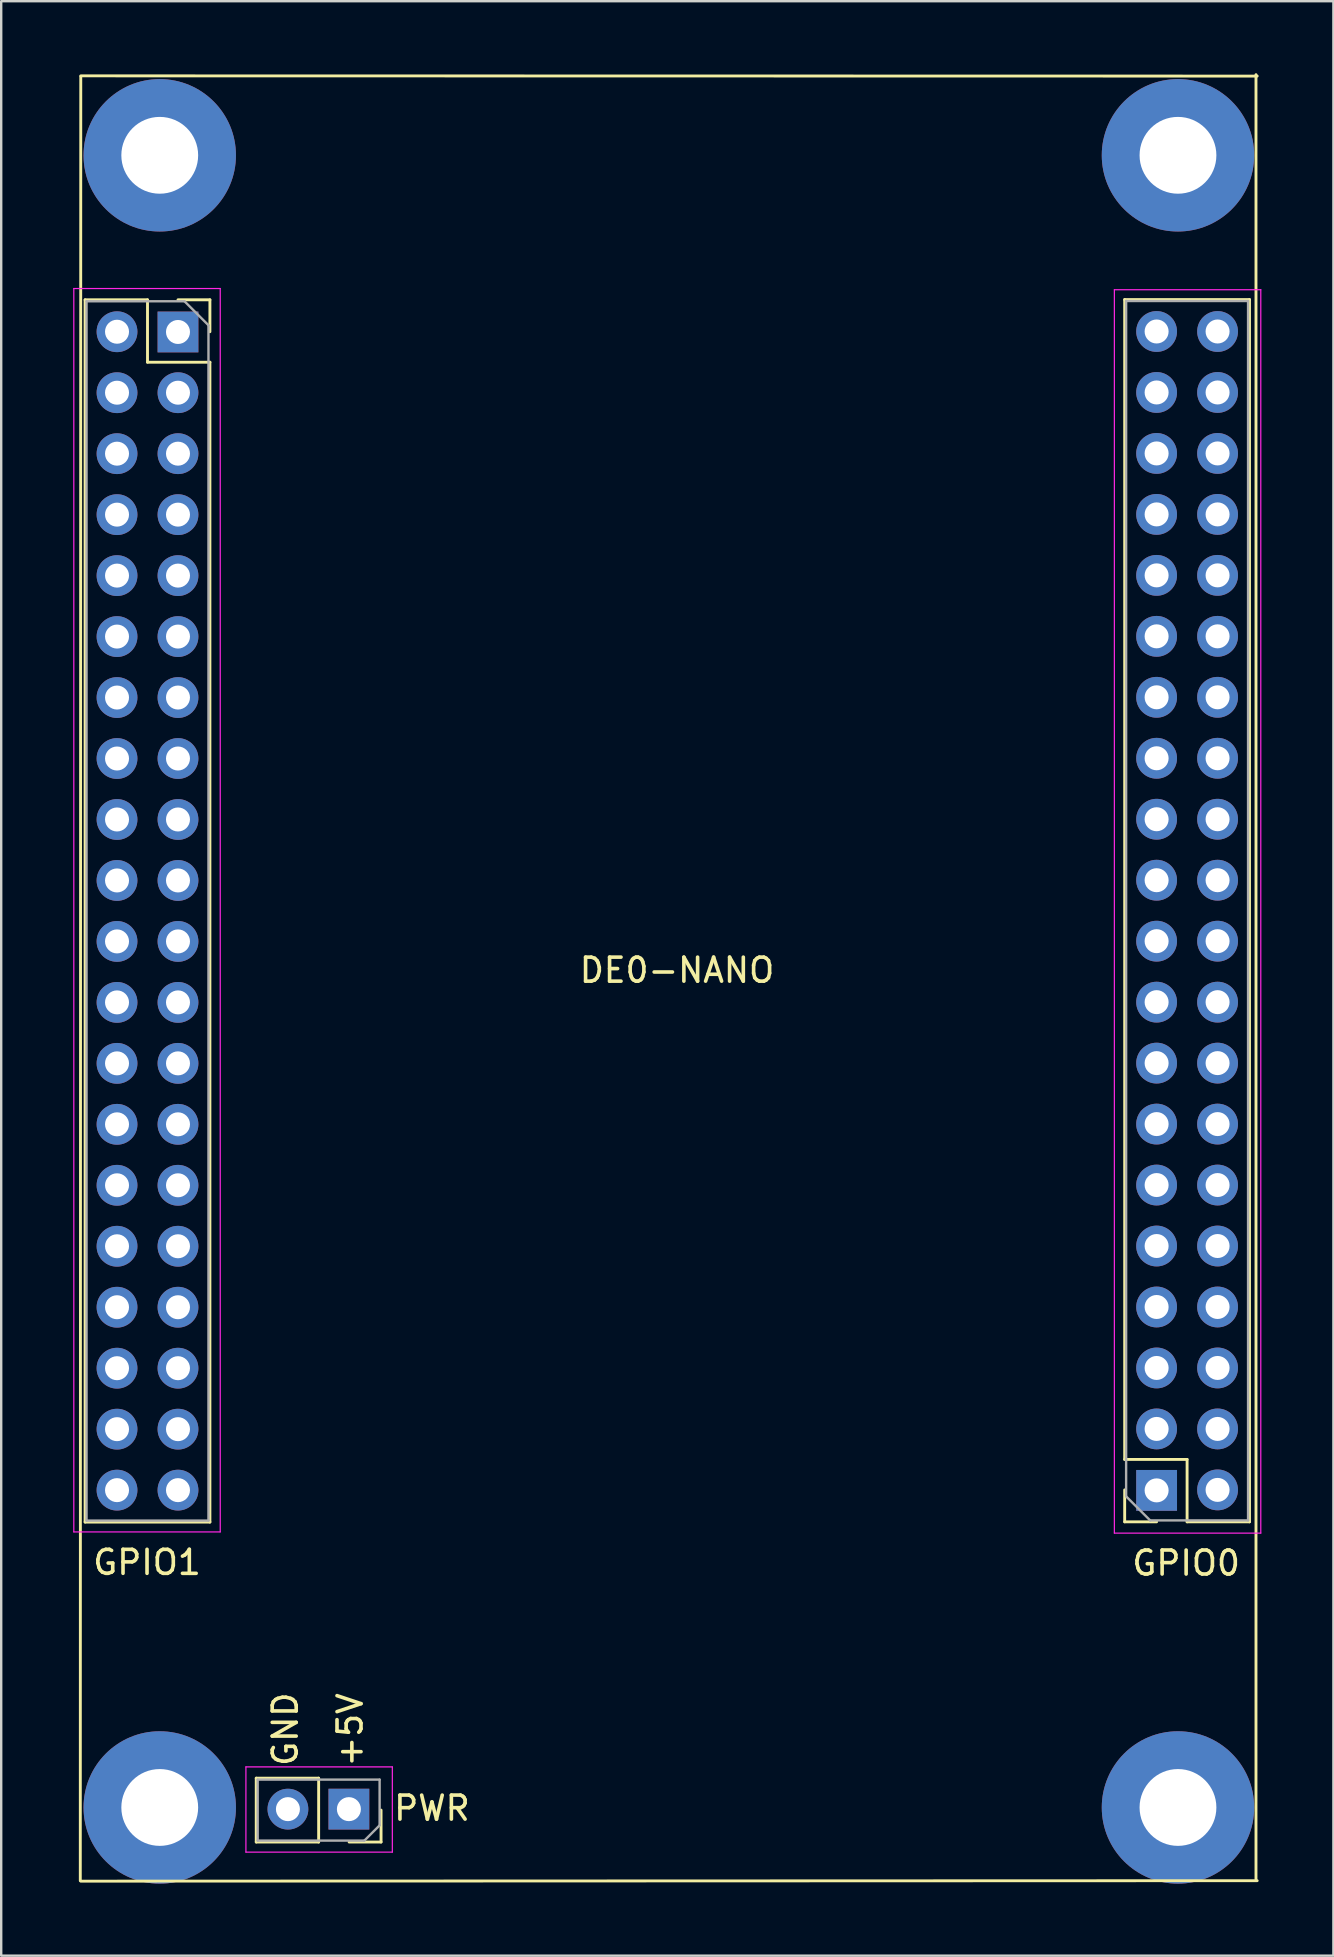
<source format=kicad_pcb>
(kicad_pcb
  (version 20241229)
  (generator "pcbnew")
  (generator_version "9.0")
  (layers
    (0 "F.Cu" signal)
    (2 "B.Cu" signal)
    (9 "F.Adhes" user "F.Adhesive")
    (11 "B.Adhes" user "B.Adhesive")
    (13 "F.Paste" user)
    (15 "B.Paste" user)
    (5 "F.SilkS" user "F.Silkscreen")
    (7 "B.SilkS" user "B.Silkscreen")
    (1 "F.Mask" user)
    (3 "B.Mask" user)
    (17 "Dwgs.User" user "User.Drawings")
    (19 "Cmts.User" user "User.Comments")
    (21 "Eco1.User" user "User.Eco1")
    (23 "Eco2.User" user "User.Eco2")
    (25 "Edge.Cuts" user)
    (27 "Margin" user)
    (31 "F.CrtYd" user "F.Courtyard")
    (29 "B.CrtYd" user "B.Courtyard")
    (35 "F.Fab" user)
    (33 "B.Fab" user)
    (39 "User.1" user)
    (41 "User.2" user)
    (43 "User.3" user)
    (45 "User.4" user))
  (footprint "DE0-NANO"
    (layer "F.Cu")
    (at 21.385 30.85)
    (property "Reference" "DE0-NANO" (at 3.77 6.52 0) (layer "F.SilkS") (effects (font (size 1 1) (thickness 0.15))))
    (attr through_hole)
    (fp_line (start -21.07 -30.71) (end -21.09 44.45) (stroke (width 0.12) (type solid)) (layer "F.SilkS"))
    (fp_line (start -21.07 44.47) (end 27.94 44.45) (stroke (width 0.12) (type solid)) (layer "F.SilkS"))
    (fp_line (start -20.89 -21.41) (end -20.89 29.51) (stroke (width 0.12) (type solid)) (layer "F.SilkS"))
    (fp_line (start -20.89 -21.41) (end -18.29 -21.41) (stroke (width 0.12) (type solid)) (layer "F.SilkS"))
    (fp_line (start -20.89 29.51) (end -15.69 29.51) (stroke (width 0.12) (type solid)) (layer "F.SilkS"))
    (fp_line (start -18.29 -21.41) (end -18.29 -18.81) (stroke (width 0.12) (type solid)) (layer "F.SilkS"))
    (fp_line (start -18.29 -18.81) (end -15.69 -18.81) (stroke (width 0.12) (type solid)) (layer "F.SilkS"))
    (fp_line (start -17.02 -21.41) (end -15.69 -21.41) (stroke (width 0.12) (type solid)) (layer "F.SilkS"))
    (fp_line (start -15.69 -21.41) (end -15.69 -20.08) (stroke (width 0.12) (type solid)) (layer "F.SilkS"))
    (fp_line (start -15.69 -18.81) (end -15.69 29.51) (stroke (width 0.12) (type solid)) (layer "F.SilkS"))
    (fp_line (start -13.76 40.18) (end -13.76 42.84) (stroke (width 0.12) (type solid)) (layer "F.SilkS"))
    (fp_line (start -11.16 40.18) (end -13.76 40.18) (stroke (width 0.12) (type solid)) (layer "F.SilkS"))
    (fp_line (start -11.16 40.18) (end -11.16 42.84) (stroke (width 0.12) (type solid)) (layer "F.SilkS"))
    (fp_line (start -11.16 42.84) (end -13.76 42.84) (stroke (width 0.12) (type solid)) (layer "F.SilkS"))
    (fp_line (start -8.56 41.51) (end -8.56 42.84) (stroke (width 0.12) (type solid)) (layer "F.SilkS"))
    (fp_line (start -8.56 42.84) (end -9.89 42.84) (stroke (width 0.12) (type solid)) (layer "F.SilkS"))
    (fp_line (start 22.42 26.9) (end 22.42 -21.42) (stroke (width 0.12) (type solid)) (layer "F.SilkS"))
    (fp_line (start 22.42 29.5) (end 22.42 28.17) (stroke (width 0.12) (type solid)) (layer "F.SilkS"))
    (fp_line (start 23.75 29.5) (end 22.42 29.5) (stroke (width 0.12) (type solid)) (layer "F.SilkS"))
    (fp_line (start 25.02 26.9) (end 22.42 26.9) (stroke (width 0.12) (type solid)) (layer "F.SilkS"))
    (fp_line (start 25.02 29.5) (end 25.02 26.9) (stroke (width 0.12) (type solid)) (layer "F.SilkS"))
    (fp_line (start 27.62 -21.42) (end 22.42 -21.42) (stroke (width 0.12) (type solid)) (layer "F.SilkS"))
    (fp_line (start 27.62 29.5) (end 25.02 29.5) (stroke (width 0.12) (type solid)) (layer "F.SilkS"))
    (fp_line (start 27.62 29.5) (end 27.62 -21.42) (stroke (width 0.12) (type solid)) (layer "F.SilkS"))
    (fp_line (start 27.89 44.39) (end 27.89 -30.79) (stroke (width 0.12) (type solid)) (layer "F.SilkS"))
    (fp_line (start 27.94 -30.73) (end -21.07 -30.74) (stroke (width 0.12) (type solid)) (layer "F.SilkS"))
    (fp_line (start -21.36 -21.88) (end -15.26 -21.88) (stroke (width 0.05) (type solid)) (layer "F.CrtYd"))
    (fp_line (start -21.36 29.92) (end -21.36 -21.88) (stroke (width 0.05) (type solid)) (layer "F.CrtYd"))
    (fp_line (start -15.26 -21.88) (end -15.26 29.92) (stroke (width 0.05) (type solid)) (layer "F.CrtYd"))
    (fp_line (start -15.26 29.92) (end -21.36 29.92) (stroke (width 0.05) (type solid)) (layer "F.CrtYd"))
    (fp_line (start -14.19 39.71) (end -8.09 39.71) (stroke (width 0.05) (type solid)) (layer "F.CrtYd"))
    (fp_line (start -14.19 43.26) (end -14.19 39.71) (stroke (width 0.05) (type solid)) (layer "F.CrtYd"))
    (fp_line (start -8.09 39.71) (end -8.09 43.26) (stroke (width 0.05) (type solid)) (layer "F.CrtYd"))
    (fp_line (start -8.09 43.26) (end -14.19 43.26) (stroke (width 0.05) (type solid)) (layer "F.CrtYd"))
    (fp_line (start 21.99 -21.83) (end 28.09 -21.83) (stroke (width 0.05) (type solid)) (layer "F.CrtYd"))
    (fp_line (start 21.99 29.97) (end 21.99 -21.83) (stroke (width 0.05) (type solid)) (layer "F.CrtYd"))
    (fp_line (start 28.09 -21.83) (end 28.09 29.97) (stroke (width 0.05) (type solid)) (layer "F.CrtYd"))
    (fp_line (start 28.09 29.97) (end 21.99 29.97) (stroke (width 0.05) (type solid)) (layer "F.CrtYd"))
    (fp_line (start -20.83 -21.35) (end -16.75 -21.35) (stroke (width 0.1) (type solid)) (layer "F.Fab"))
    (fp_line (start -20.83 29.45) (end -20.83 -21.35) (stroke (width 0.1) (type solid)) (layer "F.Fab"))
    (fp_line (start -16.75 -21.35) (end -15.75 -20.35) (stroke (width 0.1) (type solid)) (layer "F.Fab"))
    (fp_line (start -15.75 -20.35) (end -15.75 29.45) (stroke (width 0.1) (type solid)) (layer "F.Fab"))
    (fp_line (start -15.75 29.45) (end -20.83 29.45) (stroke (width 0.1) (type solid)) (layer "F.Fab"))
    (fp_line (start -13.7 40.24) (end -8.62 40.24) (stroke (width 0.1) (type solid)) (layer "F.Fab"))
    (fp_line (start -13.7 42.78) (end -13.7 40.24) (stroke (width 0.1) (type solid)) (layer "F.Fab"))
    (fp_line (start -9.255 42.78) (end -13.7 42.78) (stroke (width 0.1) (type solid)) (layer "F.Fab"))
    (fp_line (start -8.62 40.24) (end -8.62 42.145) (stroke (width 0.1) (type solid)) (layer "F.Fab"))
    (fp_line (start -8.62 42.145) (end -9.255 42.78) (stroke (width 0.1) (type solid)) (layer "F.Fab"))
    (fp_line (start 22.48 -21.36) (end 27.56 -21.36) (stroke (width 0.1) (type solid)) (layer "F.Fab"))
    (fp_line (start 22.48 28.44) (end 22.48 -21.36) (stroke (width 0.1) (type solid)) (layer "F.Fab"))
    (fp_line (start 23.48 29.44) (end 22.48 28.44) (stroke (width 0.1) (type solid)) (layer "F.Fab"))
    (fp_line (start 27.56 -21.36) (end 27.56 29.44) (stroke (width 0.1) (type solid)) (layer "F.Fab"))
    (fp_line (start 27.56 29.44) (end 23.48 29.44) (stroke (width 0.1) (type solid)) (layer "F.Fab"))
    (fp_text user "PWR" (at -6.44 41.43 0) (layer "F.SilkS") (effects (font (size 1 1) (thickness 0.15))))
    (fp_text user "GPIO1" (at -18.31 31.19 0) (layer "F.SilkS") (effects (font (size 1 1) (thickness 0.15))))
    (fp_text user "+5V" (at -9.85 38.17 90) (layer "F.SilkS") (effects (font (size 1 1) (thickness 0.15))))
    (fp_text user "GPIO0" (at 24.98 31.22 0) (layer "F.SilkS") (effects (font (size 1 1) (thickness 0.15))))
    (fp_text user "GND" (at -12.55 38.14 90) (layer "F.SilkS") (effects (font (size 1 1) (thickness 0.15))))
    (pad "" np_thru_hole circle (at -17.78 -27.43) (size 6.35 6.35) (drill 3.2) (layers "*.Cu" "*.Mask"))
    (pad "" np_thru_hole circle (at -17.78 41.4) (size 6.35 6.35) (drill 3.2) (layers "*.Cu" "*.Mask"))
    (pad "" np_thru_hole circle (at 24.64 -27.43) (size 6.35 6.35) (drill 3.2) (layers "*.Cu" "*.Mask"))
    (pad "" np_thru_hole circle (at 24.64 41.4) (size 6.35 6.35) (drill 3.2) (layers "*.Cu" "*.Mask"))
    (pad "1" thru_hole rect (at 23.75 28.19 180) (size 1.7 1.7) (drill 1) (layers "*.Cu" "*.Mask"))
    (pad "2" thru_hole oval (at 26.29 28.17 180) (size 1.7 1.7) (drill 1) (layers "*.Cu" "*.Mask"))
    (pad "3" thru_hole oval (at 23.75 25.63 180) (size 1.7 1.7) (drill 1) (layers "*.Cu" "*.Mask"))
    (pad "4" thru_hole oval (at 26.29 25.63 180) (size 1.7 1.7) (drill 1) (layers "*.Cu" "*.Mask"))
    (pad "5" thru_hole oval (at 23.75 23.09 180) (size 1.7 1.7) (drill 1) (layers "*.Cu" "*.Mask"))
    (pad "6" thru_hole oval (at 26.29 23.09 180) (size 1.7 1.7) (drill 1) (layers "*.Cu" "*.Mask"))
    (pad "7" thru_hole oval (at 23.75 20.55 180) (size 1.7 1.7) (drill 1) (layers "*.Cu" "*.Mask"))
    (pad "8" thru_hole oval (at 26.29 20.55 180) (size 1.7 1.7) (drill 1) (layers "*.Cu" "*.Mask"))
    (pad "9" thru_hole oval (at 23.75 18.01 180) (size 1.7 1.7) (drill 1) (layers "*.Cu" "*.Mask"))
    (pad "10" thru_hole oval (at 26.29 18.01 180) (size 1.7 1.7) (drill 1) (layers "*.Cu" "*.Mask"))
    (pad "11" thru_hole oval (at 23.75 15.47 180) (size 1.7 1.7) (drill 1) (layers "*.Cu" "*.Mask"))
    (pad "12" thru_hole oval (at 26.29 15.47 180) (size 1.7 1.7) (drill 1) (layers "*.Cu" "*.Mask"))
    (pad "13" thru_hole oval (at 23.75 12.93 180) (size 1.7 1.7) (drill 1) (layers "*.Cu" "*.Mask"))
    (pad "14" thru_hole oval (at 26.29 12.93 180) (size 1.7 1.7) (drill 1) (layers "*.Cu" "*.Mask"))
    (pad "15" thru_hole oval (at 23.75 10.39 180) (size 1.7 1.7) (drill 1) (layers "*.Cu" "*.Mask"))
    (pad "16" thru_hole oval (at 26.29 10.39 180) (size 1.7 1.7) (drill 1) (layers "*.Cu" "*.Mask"))
    (pad "17" thru_hole oval (at 23.75 7.85 180) (size 1.7 1.7) (drill 1) (layers "*.Cu" "*.Mask"))
    (pad "18" thru_hole oval (at 26.29 7.85 180) (size 1.7 1.7) (drill 1) (layers "*.Cu" "*.Mask"))
    (pad "19" thru_hole oval (at 23.75 5.31 180) (size 1.7 1.7) (drill 1) (layers "*.Cu" "*.Mask"))
    (pad "20" thru_hole oval (at 26.29 5.31 180) (size 1.7 1.7) (drill 1) (layers "*.Cu" "*.Mask"))
    (pad "21" thru_hole oval (at 23.75 2.77 180) (size 1.7 1.7) (drill 1) (layers "*.Cu" "*.Mask"))
    (pad "22" thru_hole oval (at 26.29 2.77 180) (size 1.7 1.7) (drill 1) (layers "*.Cu" "*.Mask"))
    (pad "23" thru_hole oval (at 23.75 0.23 180) (size 1.7 1.7) (drill 1) (layers "*.Cu" "*.Mask"))
    (pad "24" thru_hole oval (at 26.29 0.23 180) (size 1.7 1.7) (drill 1) (layers "*.Cu" "*.Mask"))
    (pad "25" thru_hole oval (at 23.75 -2.31 180) (size 1.7 1.7) (drill 1) (layers "*.Cu" "*.Mask"))
    (pad "26" thru_hole oval (at 26.29 -2.31 180) (size 1.7 1.7) (drill 1) (layers "*.Cu" "*.Mask"))
    (pad "27" thru_hole oval (at 23.75 -4.85 180) (size 1.7 1.7) (drill 1) (layers "*.Cu" "*.Mask"))
    (pad "28" thru_hole oval (at 26.29 -4.85 180) (size 1.7 1.7) (drill 1) (layers "*.Cu" "*.Mask"))
    (pad "29" thru_hole oval (at 23.75 -7.39 180) (size 1.7 1.7) (drill 1) (layers "*.Cu" "*.Mask"))
    (pad "30" thru_hole oval (at 26.29 -7.39 180) (size 1.7 1.7) (drill 1) (layers "*.Cu" "*.Mask"))
    (pad "31" thru_hole oval (at 23.75 -9.93 180) (size 1.7 1.7) (drill 1) (layers "*.Cu" "*.Mask"))
    (pad "32" thru_hole oval (at 26.29 -9.93 180) (size 1.7 1.7) (drill 1) (layers "*.Cu" "*.Mask"))
    (pad "33" thru_hole oval (at 23.75 -12.47 180) (size 1.7 1.7) (drill 1) (layers "*.Cu" "*.Mask"))
    (pad "34" thru_hole oval (at 26.29 -12.47 180) (size 1.7 1.7) (drill 1) (layers "*.Cu" "*.Mask"))
    (pad "35" thru_hole oval (at 23.75 -15.01 180) (size 1.7 1.7) (drill 1) (layers "*.Cu" "*.Mask"))
    (pad "36" thru_hole oval (at 26.29 -15.01 180) (size 1.7 1.7) (drill 1) (layers "*.Cu" "*.Mask"))
    (pad "37" thru_hole oval (at 23.75 -17.55 180) (size 1.7 1.7) (drill 1) (layers "*.Cu" "*.Mask"))
    (pad "38" thru_hole oval (at 26.29 -17.55 180) (size 1.7 1.7) (drill 1) (layers "*.Cu" "*.Mask"))
    (pad "39" thru_hole oval (at 23.75 -20.09 180) (size 1.7 1.7) (drill 1) (layers "*.Cu" "*.Mask"))
    (pad "40" thru_hole oval (at 26.29 -20.09 180) (size 1.7 1.7) (drill 1) (layers "*.Cu" "*.Mask"))
    (pad "41" thru_hole rect (at -17.02 -20.07) (size 1.7 1.7) (drill 1) (layers "*.Cu" "*.Mask"))
    (pad "42" thru_hole oval (at -19.56 -20.08) (size 1.7 1.7) (drill 1) (layers "*.Cu" "*.Mask"))
    (pad "43" thru_hole oval (at -17.02 -17.54) (size 1.7 1.7) (drill 1) (layers "*.Cu" "*.Mask"))
    (pad "44" thru_hole oval (at -19.56 -17.54) (size 1.7 1.7) (drill 1) (layers "*.Cu" "*.Mask"))
    (pad "45" thru_hole oval (at -17.02 -15) (size 1.7 1.7) (drill 1) (layers "*.Cu" "*.Mask"))
    (pad "46" thru_hole oval (at -19.56 -15) (size 1.7 1.7) (drill 1) (layers "*.Cu" "*.Mask"))
    (pad "47" thru_hole oval (at -17.02 -12.46) (size 1.7 1.7) (drill 1) (layers "*.Cu" "*.Mask"))
    (pad "48" thru_hole oval (at -19.56 -12.46) (size 1.7 1.7) (drill 1) (layers "*.Cu" "*.Mask"))
    (pad "49" thru_hole oval (at -17.02 -9.92) (size 1.7 1.7) (drill 1) (layers "*.Cu" "*.Mask"))
    (pad "50" thru_hole oval (at -19.56 -9.92) (size 1.7 1.7) (drill 1) (layers "*.Cu" "*.Mask"))
    (pad "51" thru_hole oval (at -17.02 -7.38) (size 1.7 1.7) (drill 1) (layers "*.Cu" "*.Mask"))
    (pad "52" thru_hole oval (at -19.56 -7.38) (size 1.7 1.7) (drill 1) (layers "*.Cu" "*.Mask"))
    (pad "53" thru_hole oval (at -17.02 -4.84) (size 1.7 1.7) (drill 1) (layers "*.Cu" "*.Mask"))
    (pad "54" thru_hole oval (at -19.56 -4.84) (size 1.7 1.7) (drill 1) (layers "*.Cu" "*.Mask"))
    (pad "55" thru_hole oval (at -17.02 -2.3) (size 1.7 1.7) (drill 1) (layers "*.Cu" "*.Mask"))
    (pad "56" thru_hole oval (at -19.56 -2.3) (size 1.7 1.7) (drill 1) (layers "*.Cu" "*.Mask"))
    (pad "57" thru_hole oval (at -17.02 0.24) (size 1.7 1.7) (drill 1) (layers "*.Cu" "*.Mask"))
    (pad "58" thru_hole oval (at -19.56 0.24) (size 1.7 1.7) (drill 1) (layers "*.Cu" "*.Mask"))
    (pad "59" thru_hole oval (at -17.02 2.78) (size 1.7 1.7) (drill 1) (layers "*.Cu" "*.Mask"))
    (pad "60" thru_hole oval (at -19.56 2.78) (size 1.7 1.7) (drill 1) (layers "*.Cu" "*.Mask"))
    (pad "61" thru_hole oval (at -17.02 5.32) (size 1.7 1.7) (drill 1) (layers "*.Cu" "*.Mask"))
    (pad "62" thru_hole oval (at -19.56 5.32) (size 1.7 1.7) (drill 1) (layers "*.Cu" "*.Mask"))
    (pad "63" thru_hole oval (at -17.02 7.86) (size 1.7 1.7) (drill 1) (layers "*.Cu" "*.Mask"))
    (pad "64" thru_hole oval (at -19.56 7.86) (size 1.7 1.7) (drill 1) (layers "*.Cu" "*.Mask"))
    (pad "65" thru_hole oval (at -17.02 10.4) (size 1.7 1.7) (drill 1) (layers "*.Cu" "*.Mask"))
    (pad "66" thru_hole oval (at -19.56 10.4) (size 1.7 1.7) (drill 1) (layers "*.Cu" "*.Mask"))
    (pad "67" thru_hole oval (at -17.02 12.94) (size 1.7 1.7) (drill 1) (layers "*.Cu" "*.Mask"))
    (pad "68" thru_hole oval (at -19.56 12.94) (size 1.7 1.7) (drill 1) (layers "*.Cu" "*.Mask"))
    (pad "69" thru_hole oval (at -17.02 15.48) (size 1.7 1.7) (drill 1) (layers "*.Cu" "*.Mask"))
    (pad "70" thru_hole oval (at -19.56 15.48) (size 1.7 1.7) (drill 1) (layers "*.Cu" "*.Mask"))
    (pad "71" thru_hole oval (at -17.02 18.02) (size 1.7 1.7) (drill 1) (layers "*.Cu" "*.Mask"))
    (pad "72" thru_hole oval (at -19.56 18.02) (size 1.7 1.7) (drill 1) (layers "*.Cu" "*.Mask"))
    (pad "73" thru_hole oval (at -17.02 20.56) (size 1.7 1.7) (drill 1) (layers "*.Cu" "*.Mask"))
    (pad "74" thru_hole oval (at -19.56 20.56) (size 1.7 1.7) (drill 1) (layers "*.Cu" "*.Mask"))
    (pad "75" thru_hole oval (at -17.02 23.1) (size 1.7 1.7) (drill 1) (layers "*.Cu" "*.Mask"))
    (pad "76" thru_hole oval (at -19.56 23.1) (size 1.7 1.7) (drill 1) (layers "*.Cu" "*.Mask"))
    (pad "77" thru_hole oval (at -17.02 25.64) (size 1.7 1.7) (drill 1) (layers "*.Cu" "*.Mask"))
    (pad "78" thru_hole oval (at -19.56 25.64) (size 1.7 1.7) (drill 1) (layers "*.Cu" "*.Mask"))
    (pad "79" thru_hole oval (at -17.02 28.18) (size 1.7 1.7) (drill 1) (layers "*.Cu" "*.Mask"))
    (pad "80" thru_hole oval (at -19.56 28.18) (size 1.7 1.7) (drill 1) (layers "*.Cu" "*.Mask"))
    (pad "81" thru_hole rect (at -9.9 41.47 270) (size 1.7 1.7) (drill 1) (layers "*.Cu" "*.Mask"))
    (pad "82" thru_hole oval (at -12.44 41.47 270) (size 1.7 1.7) (drill 1) (layers "*.Cu" "*.Mask")))
  (gr_rect
    (start -3 -3)
    (end 52.5 78.425)
    (stroke (width 0.1) (type default))
    (fill no)
    (layer "Edge.Cuts")))
</source>
